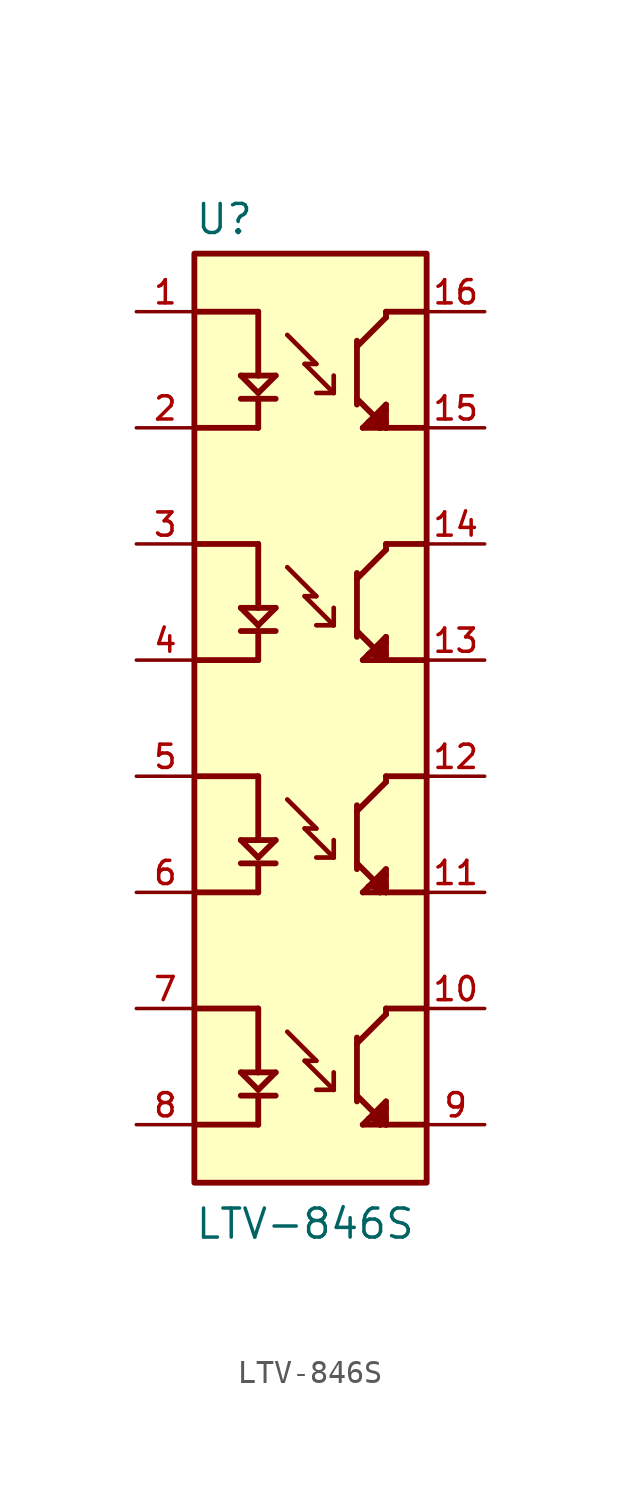
<source format=kicad_sym>
(kicad_symbol_lib
  (version 20211014)
  (generator kicad_symbol_editor)
  (symbol "LTV-846S"
    (pin_names
      (offset 1.016))
    (property "Reference" "U"
      (at -5.08 21.082 0)
      (effects (font (size 1.27 1.27)) (justify bottom left)))
    (property "Value" "LTV-846S"
      (at -5.08 -22.86 0)
      (effects (font (size 1.27 1.27)) (justify bottom left)))
    (symbol "LTV-846S_0_0"
      (polyline (pts (xy -5.08 17.78) (xy -2.286 17.78)) (stroke (width 0.254)))
      (polyline (pts (xy -2.286 17.78) (xy -2.286 14.986)) (stroke (width 0.254)))
      (polyline (pts (xy -2.286 14.986) (xy -1.524 14.986)) (stroke (width 0.254)))
      (polyline (pts (xy -2.286 14.986) (xy -3.048 14.986)) (stroke (width 0.254)))
      (polyline (pts (xy -3.048 14.986) (xy -2.286 14.224)) (stroke (width 0.254)))
      (polyline (pts (xy -2.286 14.224) (xy -1.524 14.986)) (stroke (width 0.254)))
      (polyline (pts (xy -3.048 13.97) (xy -1.524 13.97)) (stroke (width 0.254)))
      (polyline (pts (xy -2.286 13.97) (xy -2.286 12.7)) (stroke (width 0.254)))
      (polyline (pts (xy -2.286 12.7) (xy -5.08 12.7)) (stroke (width 0.254)))
      (polyline (pts (xy 5.08 17.78) (xy 3.302 17.78)) (stroke (width 0.254)))
      (polyline (pts (xy 3.302 17.78) (xy 3.302 17.526)) (stroke (width 0.254)))
      (polyline (pts (xy 3.302 17.526) (xy 2.032 16.256)) (stroke (width 0.254)))
      (polyline (pts (xy 2.032 16.256) (xy 2.032 13.97)) (stroke (width 0.254)))
      (polyline (pts (xy 2.032 13.97) (xy 3.302 12.7)) (stroke (width 0.254)))
      (polyline (pts (xy 3.302 12.7) (xy 5.08 12.7)) (stroke (width 0.254)))
      (polyline (pts (xy 3.302 12.954) (xy 3.302 13.462)) (stroke (width 0.254)))
      (polyline (pts (xy 3.302 13.462) (xy 3.302 13.716)) (stroke (width 0.254)))
      (polyline (pts (xy 3.302 13.716) (xy 2.54 12.954)) (stroke (width 0.254)))
      (polyline (pts (xy 2.54 12.954) (xy 2.286 12.7)) (stroke (width 0.254)))
      (polyline (pts (xy 2.286 12.7) (xy 3.048 12.7)) (stroke (width 0.254)))
      (polyline (pts (xy 3.048 12.7) (xy 3.302 12.7)) (stroke (width 0.254)))
      (polyline (pts (xy 3.302 12.7) (xy 3.302 12.954)) (stroke (width 0.254)))
      (polyline (pts (xy 3.302 12.954) (xy 3.048 13.208)) (stroke (width 0.254)))
      (polyline (pts (xy 3.048 13.208) (xy 2.794 12.954)) (stroke (width 0.254)))
      (polyline (pts (xy 2.54 12.954) (xy 2.794 12.954)) (stroke (width 0.254)))
      (polyline (pts (xy 2.794 12.954) (xy 3.048 12.7)) (stroke (width 0.254)))
      (polyline (pts (xy 3.048 12.7) (xy 3.048 13.208)) (stroke (width 0.254)))
      (polyline (pts (xy 3.048 13.208) (xy 3.302 13.462)) (stroke (width 0.254)))
      (polyline (pts (xy 2.032 13.97) (xy 2.032 13.716)) (stroke (width 0.254)))
      (polyline (pts (xy 2.032 16.256) (xy 2.032 16.51)) (stroke (width 0.254)))
      (polyline (pts (xy 0.254 15.494) (xy -0.254 15.494)) (stroke (width 0.203)))
      (polyline (pts (xy -0.254 15.494) (xy 1.016 14.224)) (stroke (width 0.203)))
      (polyline (pts (xy 1.016 14.224) (xy 1.016 14.986)) (stroke (width 0.203)))
      (polyline (pts (xy 1.016 14.224) (xy 0.254 14.224)) (stroke (width 0.203)))
      (polyline (pts (xy -1.016 16.764) (xy 0.254 15.494)) (stroke (width 0.203)))
      (polyline (pts (xy -5.08 7.62) (xy -2.286 7.62)) (stroke (width 0.254)))
      (polyline (pts (xy -2.286 7.62) (xy -2.286 4.826)) (stroke (width 0.254)))
      (polyline (pts (xy -2.286 4.826) (xy -1.524 4.826)) (stroke (width 0.254)))
      (polyline (pts (xy -2.286 4.826) (xy -3.048 4.826)) (stroke (width 0.254)))
      (polyline (pts (xy -3.048 4.826) (xy -2.286 4.064)) (stroke (width 0.254)))
      (polyline (pts (xy -2.286 4.064) (xy -1.524 4.826)) (stroke (width 0.254)))
      (polyline (pts (xy -3.048 3.81) (xy -1.524 3.81)) (stroke (width 0.254)))
      (polyline (pts (xy -2.286 3.81) (xy -2.286 2.54)) (stroke (width 0.254)))
      (polyline (pts (xy -2.286 2.54) (xy -5.08 2.54)) (stroke (width 0.254)))
      (polyline (pts (xy 5.08 7.62) (xy 3.302 7.62)) (stroke (width 0.254)))
      (polyline (pts (xy 3.302 7.62) (xy 3.302 7.366)) (stroke (width 0.254)))
      (polyline (pts (xy 3.302 7.366) (xy 2.032 6.096)) (stroke (width 0.254)))
      (polyline (pts (xy 2.032 6.096) (xy 2.032 3.81)) (stroke (width 0.254)))
      (polyline (pts (xy 2.032 3.81) (xy 3.302 2.54)) (stroke (width 0.254)))
      (polyline (pts (xy 3.302 2.54) (xy 5.08 2.54)) (stroke (width 0.254)))
      (polyline (pts (xy 3.302 2.794) (xy 3.302 3.302)) (stroke (width 0.254)))
      (polyline (pts (xy 3.302 3.302) (xy 3.302 3.556)) (stroke (width 0.254)))
      (polyline (pts (xy 3.302 3.556) (xy 2.54 2.794)) (stroke (width 0.254)))
      (polyline (pts (xy 2.54 2.794) (xy 2.286 2.54)) (stroke (width 0.254)))
      (polyline (pts (xy 2.286 2.54) (xy 3.048 2.54)) (stroke (width 0.254)))
      (polyline (pts (xy 3.048 2.54) (xy 3.302 2.54)) (stroke (width 0.254)))
      (polyline (pts (xy 3.302 2.54) (xy 3.302 2.794)) (stroke (width 0.254)))
      (polyline (pts (xy 3.302 2.794) (xy 3.048 3.048)) (stroke (width 0.254)))
      (polyline (pts (xy 3.048 3.048) (xy 2.794 2.794)) (stroke (width 0.254)))
      (polyline (pts (xy 2.54 2.794) (xy 2.794 2.794)) (stroke (width 0.254)))
      (polyline (pts (xy 2.794 2.794) (xy 3.048 2.54)) (stroke (width 0.254)))
      (polyline (pts (xy 3.048 2.54) (xy 3.048 3.048)) (stroke (width 0.254)))
      (polyline (pts (xy 3.048 3.048) (xy 3.302 3.302)) (stroke (width 0.254)))
      (polyline (pts (xy 2.032 3.81) (xy 2.032 3.556)) (stroke (width 0.254)))
      (polyline (pts (xy 2.032 6.096) (xy 2.032 6.35)) (stroke (width 0.254)))
      (polyline (pts (xy 0.254 5.334) (xy -0.254 5.334)) (stroke (width 0.203)))
      (polyline (pts (xy -0.254 5.334) (xy 1.016 4.064)) (stroke (width 0.203)))
      (polyline (pts (xy 1.016 4.064) (xy 1.016 4.826)) (stroke (width 0.203)))
      (polyline (pts (xy 1.016 4.064) (xy 0.254 4.064)) (stroke (width 0.203)))
      (polyline (pts (xy -1.016 6.604) (xy 0.254 5.334)) (stroke (width 0.203)))
      (polyline (pts (xy -5.08 -2.54) (xy -2.286 -2.54)) (stroke (width 0.254)))
      (polyline (pts (xy -2.286 -2.54) (xy -2.286 -5.334)) (stroke (width 0.254)))
      (polyline (pts (xy -2.286 -5.334) (xy -1.524 -5.334)) (stroke (width 0.254)))
      (polyline (pts (xy -2.286 -5.334) (xy -3.048 -5.334)) (stroke (width 0.254)))
      (polyline (pts (xy -3.048 -5.334) (xy -2.286 -6.096)) (stroke (width 0.254)))
      (polyline (pts (xy -2.286 -6.096) (xy -1.524 -5.334)) (stroke (width 0.254)))
      (polyline (pts (xy -3.048 -6.35) (xy -1.524 -6.35)) (stroke (width 0.254)))
      (polyline (pts (xy -2.286 -6.35) (xy -2.286 -7.62)) (stroke (width 0.254)))
      (polyline (pts (xy -2.286 -7.62) (xy -5.08 -7.62)) (stroke (width 0.254)))
      (polyline (pts (xy 5.08 -2.54) (xy 3.302 -2.54)) (stroke (width 0.254)))
      (polyline (pts (xy 3.302 -2.54) (xy 3.302 -2.794)) (stroke (width 0.254)))
      (polyline (pts (xy 3.302 -2.794) (xy 2.032 -4.064)) (stroke (width 0.254)))
      (polyline (pts (xy 2.032 -4.064) (xy 2.032 -6.35)) (stroke (width 0.254)))
      (polyline (pts (xy 2.032 -6.35) (xy 3.302 -7.62)) (stroke (width 0.254)))
      (polyline (pts (xy 3.302 -7.62) (xy 5.08 -7.62)) (stroke (width 0.254)))
      (polyline (pts (xy 3.302 -7.366) (xy 3.302 -6.858)) (stroke (width 0.254)))
      (polyline (pts (xy 3.302 -6.858) (xy 3.302 -6.604)) (stroke (width 0.254)))
      (polyline (pts (xy 3.302 -6.604) (xy 2.54 -7.366)) (stroke (width 0.254)))
      (polyline (pts (xy 2.54 -7.366) (xy 2.286 -7.62)) (stroke (width 0.254)))
      (polyline (pts (xy 2.286 -7.62) (xy 3.048 -7.62)) (stroke (width 0.254)))
      (polyline (pts (xy 3.048 -7.62) (xy 3.302 -7.62)) (stroke (width 0.254)))
      (polyline (pts (xy 3.302 -7.62) (xy 3.302 -7.366)) (stroke (width 0.254)))
      (polyline (pts (xy 3.302 -7.366) (xy 3.048 -7.112)) (stroke (width 0.254)))
      (polyline (pts (xy 3.048 -7.112) (xy 2.794 -7.366)) (stroke (width 0.254)))
      (polyline (pts (xy 2.54 -7.366) (xy 2.794 -7.366)) (stroke (width 0.254)))
      (polyline (pts (xy 2.794 -7.366) (xy 3.048 -7.62)) (stroke (width 0.254)))
      (polyline (pts (xy 3.048 -7.62) (xy 3.048 -7.112)) (stroke (width 0.254)))
      (polyline (pts (xy 3.048 -7.112) (xy 3.302 -6.858)) (stroke (width 0.254)))
      (polyline (pts (xy 2.032 -6.35) (xy 2.032 -6.604)) (stroke (width 0.254)))
      (polyline (pts (xy 2.032 -4.064) (xy 2.032 -3.81)) (stroke (width 0.254)))
      (polyline (pts (xy 0.254 -4.826) (xy -0.254 -4.826)) (stroke (width 0.203)))
      (polyline (pts (xy -0.254 -4.826) (xy 1.016 -6.096)) (stroke (width 0.203)))
      (polyline (pts (xy 1.016 -6.096) (xy 1.016 -5.334)) (stroke (width 0.203)))
      (polyline (pts (xy 1.016 -6.096) (xy 0.254 -6.096)) (stroke (width 0.203)))
      (polyline (pts (xy -1.016 -3.556) (xy 0.254 -4.826)) (stroke (width 0.203)))
      (polyline (pts (xy -5.08 -12.7) (xy -2.286 -12.7)) (stroke (width 0.254)))
      (polyline (pts (xy -2.286 -12.7) (xy -2.286 -15.494)) (stroke (width 0.254)))
      (polyline (pts (xy -2.286 -15.494) (xy -1.524 -15.494)) (stroke (width 0.254)))
      (polyline (pts (xy -2.286 -15.494) (xy -3.048 -15.494)) (stroke (width 0.254)))
      (polyline (pts (xy -3.048 -15.494) (xy -2.286 -16.256)) (stroke (width 0.254)))
      (polyline (pts (xy -2.286 -16.256) (xy -1.524 -15.494)) (stroke (width 0.254)))
      (polyline (pts (xy -3.048 -16.51) (xy -1.524 -16.51)) (stroke (width 0.254)))
      (polyline (pts (xy -2.286 -16.51) (xy -2.286 -17.78)) (stroke (width 0.254)))
      (polyline (pts (xy -2.286 -17.78) (xy -5.08 -17.78)) (stroke (width 0.254)))
      (polyline (pts (xy 5.08 -12.7) (xy 3.302 -12.7)) (stroke (width 0.254)))
      (polyline (pts (xy 3.302 -12.7) (xy 3.302 -12.954)) (stroke (width 0.254)))
      (polyline (pts (xy 3.302 -12.954) (xy 2.032 -14.224)) (stroke (width 0.254)))
      (polyline (pts (xy 2.032 -14.224) (xy 2.032 -16.51)) (stroke (width 0.254)))
      (polyline (pts (xy 2.032 -16.51) (xy 3.302 -17.78)) (stroke (width 0.254)))
      (polyline (pts (xy 3.302 -17.78) (xy 5.08 -17.78)) (stroke (width 0.254)))
      (polyline (pts (xy 3.302 -17.526) (xy 3.302 -17.018)) (stroke (width 0.254)))
      (polyline (pts (xy 3.302 -17.018) (xy 3.302 -16.764)) (stroke (width 0.254)))
      (polyline (pts (xy 3.302 -16.764) (xy 2.54 -17.526)) (stroke (width 0.254)))
      (polyline (pts (xy 2.54 -17.526) (xy 2.286 -17.78)) (stroke (width 0.254)))
      (polyline (pts (xy 2.286 -17.78) (xy 3.048 -17.78)) (stroke (width 0.254)))
      (polyline (pts (xy 3.048 -17.78) (xy 3.302 -17.78)) (stroke (width 0.254)))
      (polyline (pts (xy 3.302 -17.78) (xy 3.302 -17.526)) (stroke (width 0.254)))
      (polyline (pts (xy 3.302 -17.526) (xy 3.048 -17.272)) (stroke (width 0.254)))
      (polyline (pts (xy 3.048 -17.272) (xy 2.794 -17.526)) (stroke (width 0.254)))
      (polyline (pts (xy 2.54 -17.526) (xy 2.794 -17.526)) (stroke (width 0.254)))
      (polyline (pts (xy 2.794 -17.526) (xy 3.048 -17.78)) (stroke (width 0.254)))
      (polyline (pts (xy 3.048 -17.78) (xy 3.048 -17.272)) (stroke (width 0.254)))
      (polyline (pts (xy 3.048 -17.272) (xy 3.302 -17.018)) (stroke (width 0.254)))
      (polyline (pts (xy 2.032 -16.51) (xy 2.032 -16.764)) (stroke (width 0.254)))
      (polyline (pts (xy 2.032 -14.224) (xy 2.032 -13.97)) (stroke (width 0.254)))
      (polyline (pts (xy 0.254 -14.986) (xy -0.254 -14.986)) (stroke (width 0.203)))
      (polyline (pts (xy -0.254 -14.986) (xy 1.016 -16.256)) (stroke (width 0.203)))
      (polyline (pts (xy 1.016 -16.256) (xy 1.016 -15.494)) (stroke (width 0.203)))
      (polyline (pts (xy 1.016 -16.256) (xy 0.254 -16.256)) (stroke (width 0.203)))
      (polyline (pts (xy -1.016 -13.716) (xy 0.254 -14.986)) (stroke (width 0.203)))
      (rectangle (start -5.08 -20.32) (end 5.08 20.32) (stroke (width 0.254)) (fill (type background)))
      (pin passive line (at -7.62 17.78 0) (length 2.54) (name "~" (effects (font (size 1.016 1.016)))) (number "1" (effects (font (size 1.016 1.016)))))
      (pin passive line (at -7.62 12.7 0) (length 2.54) (name "~" (effects (font (size 1.016 1.016)))) (number "2" (effects (font (size 1.016 1.016)))))
      (pin passive line (at 7.62 17.78 180.0) (length 2.54) (name "~" (effects (font (size 1.016 1.016)))) (number "16" (effects (font (size 1.016 1.016)))))
      (pin passive line (at 7.62 12.7 180.0) (length 2.54) (name "~" (effects (font (size 1.016 1.016)))) (number "15" (effects (font (size 1.016 1.016)))))
      (pin passive line (at -7.62 7.62 0) (length 2.54) (name "~" (effects (font (size 1.016 1.016)))) (number "3" (effects (font (size 1.016 1.016)))))
      (pin passive line (at -7.62 2.54 0) (length 2.54) (name "~" (effects (font (size 1.016 1.016)))) (number "4" (effects (font (size 1.016 1.016)))))
      (pin passive line (at 7.62 7.62 180.0) (length 2.54) (name "~" (effects (font (size 1.016 1.016)))) (number "14" (effects (font (size 1.016 1.016)))))
      (pin passive line (at 7.62 2.54 180.0) (length 2.54) (name "~" (effects (font (size 1.016 1.016)))) (number "13" (effects (font (size 1.016 1.016)))))
      (pin passive line (at -7.62 -2.54 0) (length 2.54) (name "~" (effects (font (size 1.016 1.016)))) (number "5" (effects (font (size 1.016 1.016)))))
      (pin passive line (at -7.62 -7.62 0) (length 2.54) (name "~" (effects (font (size 1.016 1.016)))) (number "6" (effects (font (size 1.016 1.016)))))
      (pin passive line (at 7.62 -2.54 180.0) (length 2.54) (name "~" (effects (font (size 1.016 1.016)))) (number "12" (effects (font (size 1.016 1.016)))))
      (pin passive line (at 7.62 -7.62 180.0) (length 2.54) (name "~" (effects (font (size 1.016 1.016)))) (number "11" (effects (font (size 1.016 1.016)))))
      (pin passive line (at -7.62 -12.7 0) (length 2.54) (name "~" (effects (font (size 1.016 1.016)))) (number "7" (effects (font (size 1.016 1.016)))))
      (pin passive line (at -7.62 -17.78 0) (length 2.54) (name "~" (effects (font (size 1.016 1.016)))) (number "8" (effects (font (size 1.016 1.016)))))
      (pin passive line (at 7.62 -12.7 180.0) (length 2.54) (name "~" (effects (font (size 1.016 1.016)))) (number "10" (effects (font (size 1.016 1.016)))))
      (pin passive line (at 7.62 -17.78 180.0) (length 2.54) (name "~" (effects (font (size 1.016 1.016)))) (number "9" (effects (font (size 1.016 1.016))))))))
</source>
